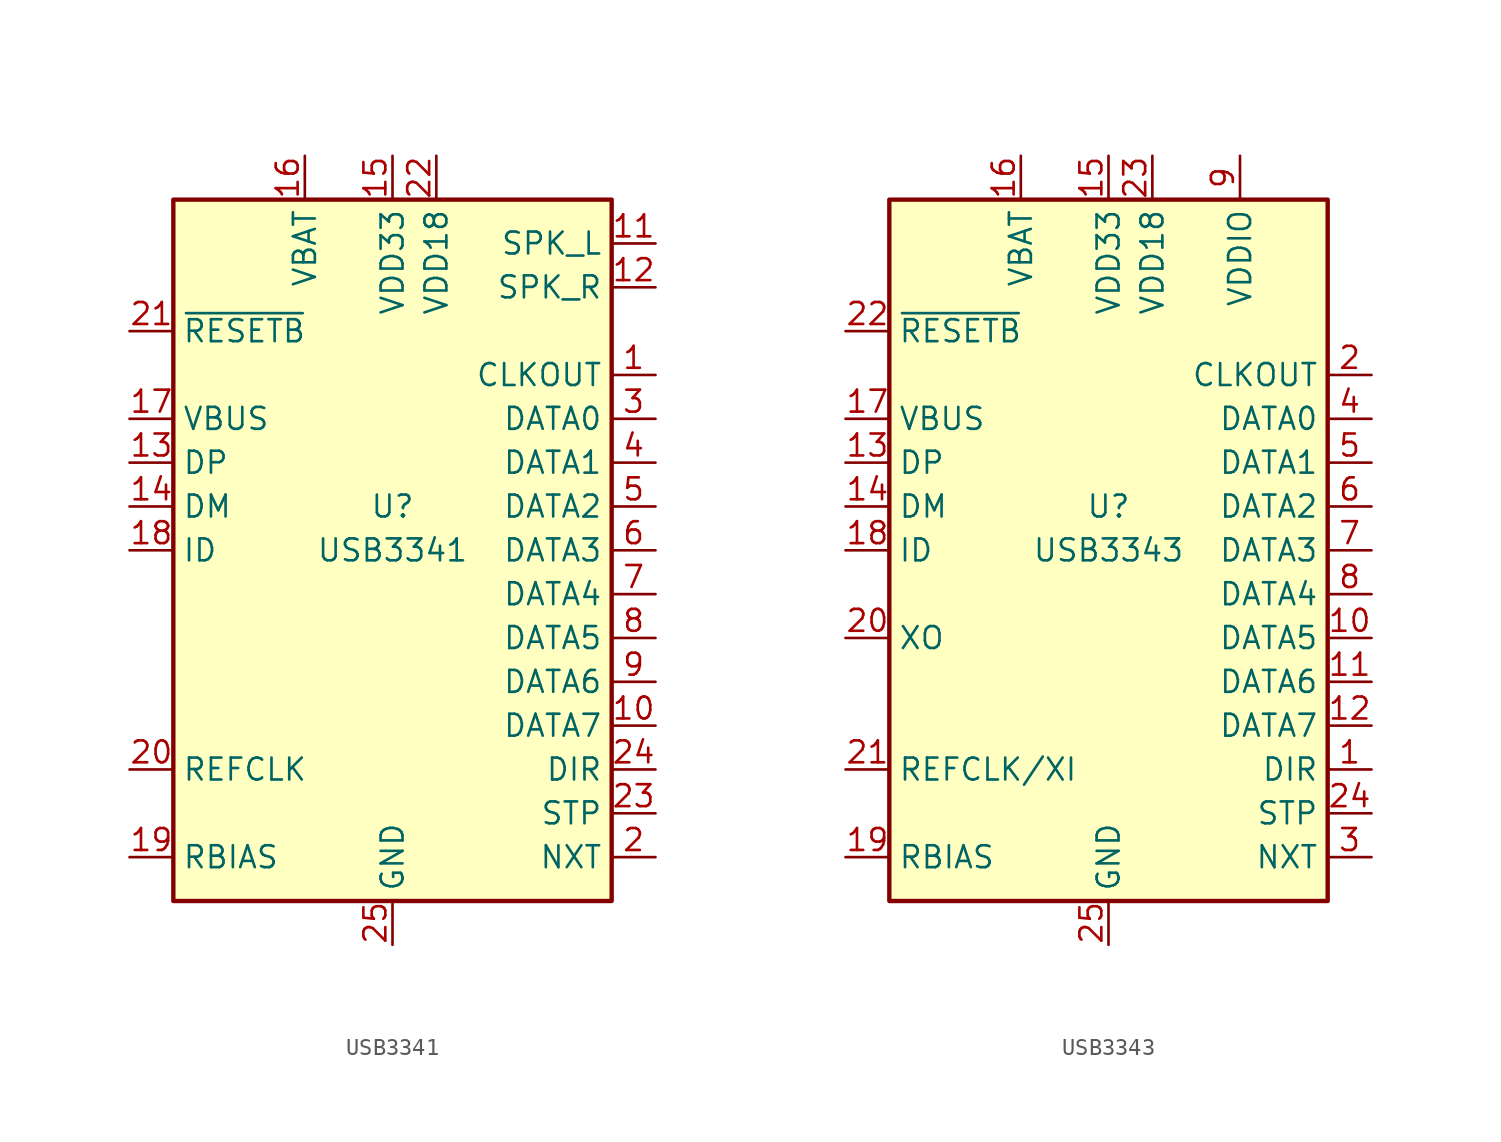
<source format=kicad_sym>
(kicad_symbol_lib
  (version 20220914)
  (generator kicad_symbol_editor)
  (symbol "USB3341"
    (property "Reference" "U"
      (at 0 2.54 0)
      (effects (font (size 1.27 1.27))))
    (property "Value" "USB3341"
      (at 0 0 0)
      (effects (font (size 1.27 1.27))))
    (symbol "USB3341_0_1"
      (rectangle (start -12.7 20.32) (end 12.7 -20.32) (stroke (width 0.254) (type default)) (fill (type background))))
    (symbol "USB3341_1_1"
      (pin output line (at 15.24 10.16 180) (length 2.54) (name "CLKOUT" (effects (font (size 1.27 1.27)))) (number "1" (effects (font (size 1.27 1.27)))))
      (pin bidirectional line (at 15.24 -10.16 180) (length 2.54) (name "DATA7" (effects (font (size 1.27 1.27)))) (number "10" (effects (font (size 1.27 1.27)))))
      (pin bidirectional line (at 15.24 17.78 180) (length 2.54) (name "SPK_L" (effects (font (size 1.27 1.27)))) (number "11" (effects (font (size 1.27 1.27)))))
      (pin bidirectional line (at 15.24 15.24 180) (length 2.54) (name "SPK_R" (effects (font (size 1.27 1.27)))) (number "12" (effects (font (size 1.27 1.27)))))
      (pin bidirectional line (at -15.24 5.08 0) (length 2.54) (name "DP" (effects (font (size 1.27 1.27)))) (number "13" (effects (font (size 1.27 1.27)))))
      (pin bidirectional line (at -15.24 2.54 0) (length 2.54) (name "DM" (effects (font (size 1.27 1.27)))) (number "14" (effects (font (size 1.27 1.27)))))
      (pin power_out line (at 0 22.86 270) (length 2.54) (name "VDD33" (effects (font (size 1.27 1.27)))) (number "15" (effects (font (size 1.27 1.27)))))
      (pin power_in line (at -5.08 22.86 270) (length 2.54) (name "VBAT" (effects (font (size 1.27 1.27)))) (number "16" (effects (font (size 1.27 1.27)))))
      (pin input line (at -15.24 7.62 0) (length 2.54) (name "VBUS" (effects (font (size 1.27 1.27)))) (number "17" (effects (font (size 1.27 1.27)))))
      (pin input line (at -15.24 0 0) (length 2.54) (name "ID" (effects (font (size 1.27 1.27)))) (number "18" (effects (font (size 1.27 1.27)))))
      (pin passive line (at -15.24 -17.78 0) (length 2.54) (name "RBIAS" (effects (font (size 1.27 1.27)))) (number "19" (effects (font (size 1.27 1.27)))))
      (pin output line (at 15.24 -17.78 180) (length 2.54) (name "NXT" (effects (font (size 1.27 1.27)))) (number "2" (effects (font (size 1.27 1.27)))))
      (pin input line (at -15.24 -12.7 0) (length 2.54) (name "REFCLK" (effects (font (size 1.27 1.27)))) (number "20" (effects (font (size 1.27 1.27)))))
      (pin input line (at -15.24 12.7 0) (length 2.54) (name "~{RESETB}" (effects (font (size 1.27 1.27)))) (number "21" (effects (font (size 1.27 1.27)))))
      (pin power_out line (at 2.54 22.86 270) (length 2.54) (name "VDD18" (effects (font (size 1.27 1.27)))) (number "22" (effects (font (size 1.27 1.27)))))
      (pin input line (at 15.24 -15.24 180) (length 2.54) (name "STP" (effects (font (size 1.27 1.27)))) (number "23" (effects (font (size 1.27 1.27)))))
      (pin output line (at 15.24 -12.7 180) (length 2.54) (name "DIR" (effects (font (size 1.27 1.27)))) (number "24" (effects (font (size 1.27 1.27)))))
      (pin power_in line (at 0 -22.86 90) (length 2.54) (name "GND" (effects (font (size 1.27 1.27)))) (number "25" (effects (font (size 1.27 1.27)))))
      (pin bidirectional line (at 15.24 7.62 180) (length 2.54) (name "DATA0" (effects (font (size 1.27 1.27)))) (number "3" (effects (font (size 1.27 1.27)))))
      (pin bidirectional line (at 15.24 5.08 180) (length 2.54) (name "DATA1" (effects (font (size 1.27 1.27)))) (number "4" (effects (font (size 1.27 1.27)))))
      (pin bidirectional line (at 15.24 2.54 180) (length 2.54) (name "DATA2" (effects (font (size 1.27 1.27)))) (number "5" (effects (font (size 1.27 1.27)))))
      (pin bidirectional line (at 15.24 0 180) (length 2.54) (name "DATA3" (effects (font (size 1.27 1.27)))) (number "6" (effects (font (size 1.27 1.27)))))
      (pin bidirectional line (at 15.24 -2.54 180) (length 2.54) (name "DATA4" (effects (font (size 1.27 1.27)))) (number "7" (effects (font (size 1.27 1.27)))))
      (pin bidirectional line (at 15.24 -5.08 180) (length 2.54) (name "DATA5" (effects (font (size 1.27 1.27)))) (number "8" (effects (font (size 1.27 1.27)))))
      (pin bidirectional line (at 15.24 -7.62 180) (length 2.54) (name "DATA6" (effects (font (size 1.27 1.27)))) (number "9" (effects (font (size 1.27 1.27)))))))
  (symbol "USB3343"
    (property "Reference" "U"
      (at 0 2.54 0)
      (effects (font (size 1.27 1.27))))
    (property "Value" "USB3343"
      (at 0 0 0)
      (effects (font (size 1.27 1.27))))
    (symbol "USB3343_0_1"
      (rectangle (start -12.7 20.32) (end 12.7 -20.32) (stroke (width 0.254) (type default)) (fill (type background))))
    (symbol "USB3343_1_1"
      (pin output line (at 15.24 -12.7 180) (length 2.54) (name "DIR" (effects (font (size 1.27 1.27)))) (number "1" (effects (font (size 1.27 1.27)))))
      (pin bidirectional line (at 15.24 -5.08 180) (length 2.54) (name "DATA5" (effects (font (size 1.27 1.27)))) (number "10" (effects (font (size 1.27 1.27)))))
      (pin bidirectional line (at 15.24 -7.62 180) (length 2.54) (name "DATA6" (effects (font (size 1.27 1.27)))) (number "11" (effects (font (size 1.27 1.27)))))
      (pin bidirectional line (at 15.24 -10.16 180) (length 2.54) (name "DATA7" (effects (font (size 1.27 1.27)))) (number "12" (effects (font (size 1.27 1.27)))))
      (pin bidirectional line (at -15.24 5.08 0) (length 2.54) (name "DP" (effects (font (size 1.27 1.27)))) (number "13" (effects (font (size 1.27 1.27)))))
      (pin bidirectional line (at -15.24 2.54 0) (length 2.54) (name "DM" (effects (font (size 1.27 1.27)))) (number "14" (effects (font (size 1.27 1.27)))))
      (pin power_out line (at 0 22.86 270) (length 2.54) (name "VDD33" (effects (font (size 1.27 1.27)))) (number "15" (effects (font (size 1.27 1.27)))))
      (pin power_in line (at -5.08 22.86 270) (length 2.54) (name "VBAT" (effects (font (size 1.27 1.27)))) (number "16" (effects (font (size 1.27 1.27)))))
      (pin input line (at -15.24 7.62 0) (length 2.54) (name "VBUS" (effects (font (size 1.27 1.27)))) (number "17" (effects (font (size 1.27 1.27)))))
      (pin input line (at -15.24 0 0) (length 2.54) (name "ID" (effects (font (size 1.27 1.27)))) (number "18" (effects (font (size 1.27 1.27)))))
      (pin passive line (at -15.24 -17.78 0) (length 2.54) (name "RBIAS" (effects (font (size 1.27 1.27)))) (number "19" (effects (font (size 1.27 1.27)))))
      (pin output line (at 15.24 10.16 180) (length 2.54) (name "CLKOUT" (effects (font (size 1.27 1.27)))) (number "2" (effects (font (size 1.27 1.27)))))
      (pin output line (at -15.24 -5.08 0) (length 2.54) (name "XO" (effects (font (size 1.27 1.27)))) (number "20" (effects (font (size 1.27 1.27)))))
      (pin input line (at -15.24 -12.7 0) (length 2.54) (name "REFCLK/XI" (effects (font (size 1.27 1.27)))) (number "21" (effects (font (size 1.27 1.27)))))
      (pin input line (at -15.24 12.7 0) (length 2.54) (name "~{RESETB}" (effects (font (size 1.27 1.27)))) (number "22" (effects (font (size 1.27 1.27)))))
      (pin power_out line (at 2.54 22.86 270) (length 2.54) (name "VDD18" (effects (font (size 1.27 1.27)))) (number "23" (effects (font (size 1.27 1.27)))))
      (pin input line (at 15.24 -15.24 180) (length 2.54) (name "STP" (effects (font (size 1.27 1.27)))) (number "24" (effects (font (size 1.27 1.27)))))
      (pin power_in line (at 0 -22.86 90) (length 2.54) (name "GND" (effects (font (size 1.27 1.27)))) (number "25" (effects (font (size 1.27 1.27)))))
      (pin output line (at 15.24 -17.78 180) (length 2.54) (name "NXT" (effects (font (size 1.27 1.27)))) (number "3" (effects (font (size 1.27 1.27)))))
      (pin bidirectional line (at 15.24 7.62 180) (length 2.54) (name "DATA0" (effects (font (size 1.27 1.27)))) (number "4" (effects (font (size 1.27 1.27)))))
      (pin bidirectional line (at 15.24 5.08 180) (length 2.54) (name "DATA1" (effects (font (size 1.27 1.27)))) (number "5" (effects (font (size 1.27 1.27)))))
      (pin bidirectional line (at 15.24 2.54 180) (length 2.54) (name "DATA2" (effects (font (size 1.27 1.27)))) (number "6" (effects (font (size 1.27 1.27)))))
      (pin bidirectional line (at 15.24 0 180) (length 2.54) (name "DATA3" (effects (font (size 1.27 1.27)))) (number "7" (effects (font (size 1.27 1.27)))))
      (pin bidirectional line (at 15.24 -2.54 180) (length 2.54) (name "DATA4" (effects (font (size 1.27 1.27)))) (number "8" (effects (font (size 1.27 1.27)))))
      (pin power_in line (at 7.62 22.86 270) (length 2.54) (name "VDDIO" (effects (font (size 1.27 1.27)))) (number "9" (effects (font (size 1.27 1.27))))))))
</source>
